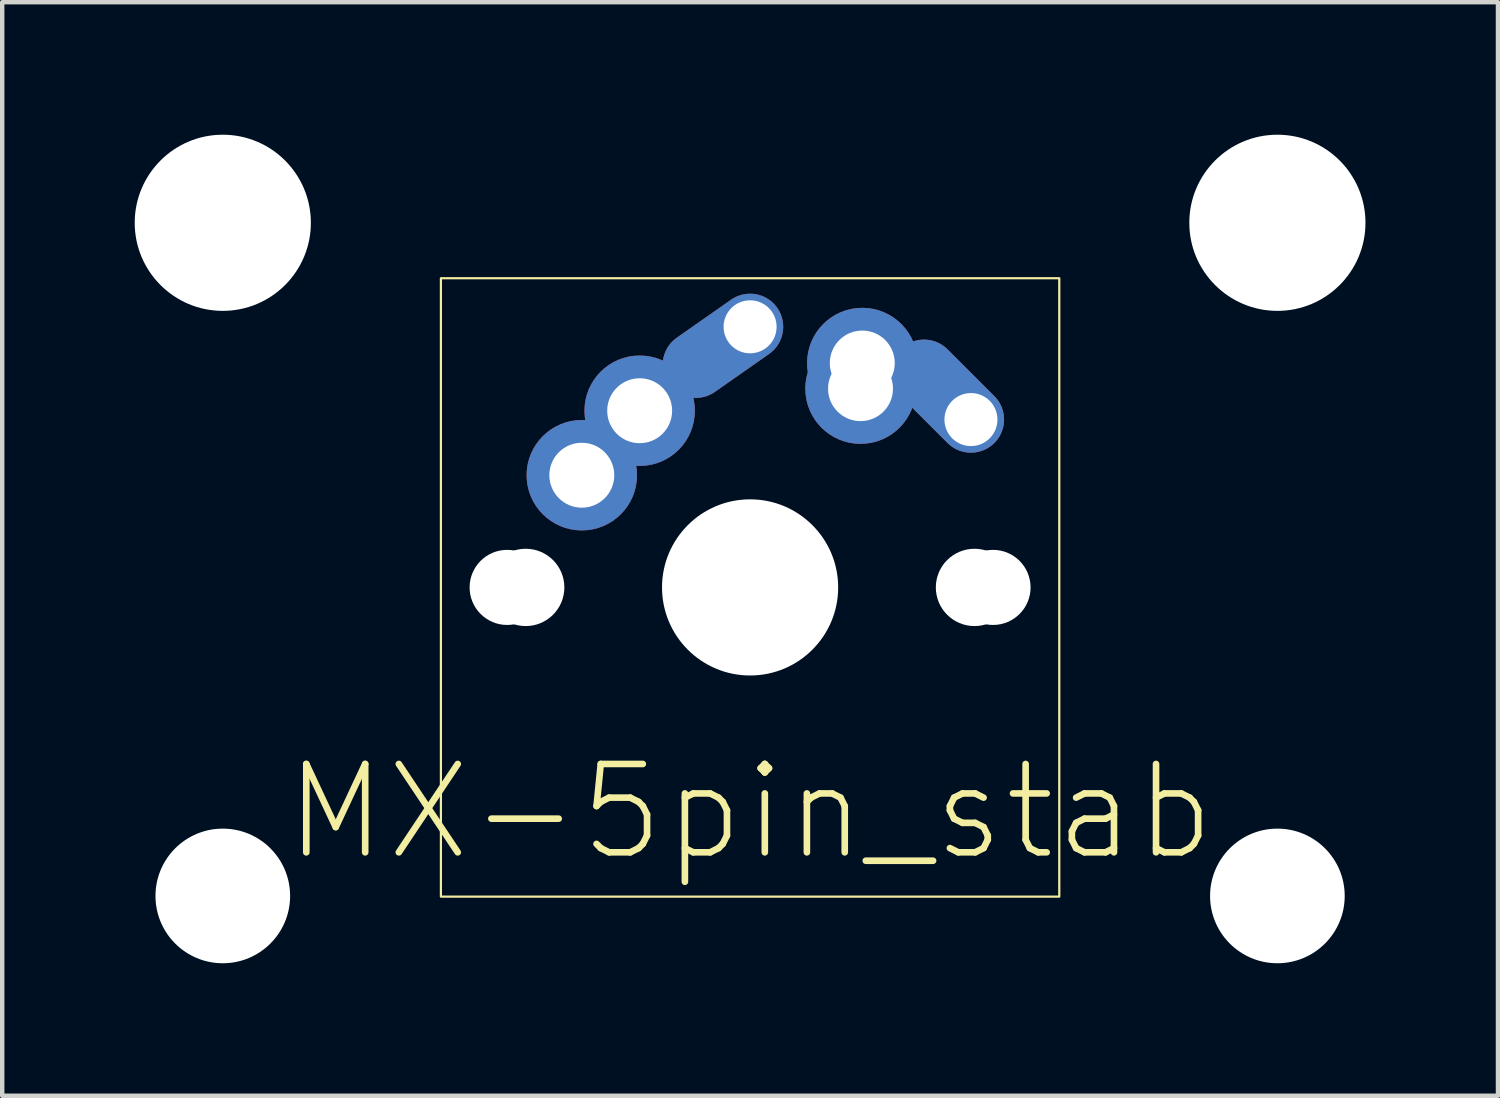
<source format=kicad_pcb>
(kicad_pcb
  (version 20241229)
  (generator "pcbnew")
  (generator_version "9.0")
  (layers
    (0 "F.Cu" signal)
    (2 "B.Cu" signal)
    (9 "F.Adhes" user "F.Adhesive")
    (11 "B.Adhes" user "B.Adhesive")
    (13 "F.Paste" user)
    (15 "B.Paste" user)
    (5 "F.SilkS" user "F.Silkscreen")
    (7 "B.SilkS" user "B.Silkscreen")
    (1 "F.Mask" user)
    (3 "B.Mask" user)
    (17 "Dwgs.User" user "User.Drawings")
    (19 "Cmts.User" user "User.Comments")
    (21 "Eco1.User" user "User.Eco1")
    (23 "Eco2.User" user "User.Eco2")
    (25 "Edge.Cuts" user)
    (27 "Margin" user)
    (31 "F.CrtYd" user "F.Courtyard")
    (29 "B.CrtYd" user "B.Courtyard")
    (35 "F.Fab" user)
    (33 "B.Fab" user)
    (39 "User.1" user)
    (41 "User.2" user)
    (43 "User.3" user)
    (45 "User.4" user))
  (footprint "MX-5pin_stab"
    (layer "F.Cu")
    (at 13.932 10.249)
    (property "Reference" "MX-5pin_stab" (at 0 5.08 0) (unlocked yes) (layer "F.SilkS") (effects (font (size 2 2) (thickness 0.15))))
    (attr through_hole)
    (fp_rect (start -7 -7) (end 7 7) (stroke (width 0.05) (type solid)) (fill no) (layer "F.SilkS"))
    (pad "" np_thru_hole circle (at -11.938 -8.255 180) (size 3.988 3.988) (drill 3.988) (layers "*.Cu" "*.Mask"))
    (pad "" np_thru_hole circle (at -11.938 6.985 180) (size 3.048 3.048) (drill 3.048) (layers "*.Cu" "*.Mask"))
    (pad "" np_thru_hole circle (at -5.5 0 48.1) (size 1.7 1.7) (drill 1.7) (layers "*.Cu" "*.Mask"))
    (pad "" np_thru_hole circle (at -5.08 0 48.1) (size 1.75 1.75) (drill 1.75) (layers "*.Cu" "*.Mask"))
    (pad "" np_thru_hole circle (at 0 0) (size 3.988 3.988) (drill 3.988) (layers "*.Cu" "*.Mask"))
    (pad "" np_thru_hole circle (at 5.08 0 48.1) (size 1.75 1.75) (drill 1.75) (layers "*.Cu" "*.Mask"))
    (pad "" np_thru_hole circle (at 5.5 0 48.1) (size 1.7 1.7) (drill 1.7) (layers "*.Cu" "*.Mask"))
    (pad "" np_thru_hole circle (at 11.938 -8.255 180) (size 3.988 3.988) (drill 3.988) (layers "*.Cu" "*.Mask"))
    (pad "" np_thru_hole circle (at 11.938 6.985 180) (size 3.048 3.048) (drill 3.048) (layers "*.Cu" "*.Mask"))
    (pad "1" thru_hole circle (at -3.81 -2.54) (size 2.5 2.5) (drill 1.47) (layers "*.Cu" "*.Mask"))
    (pad "1" thru_hole circle (at -2.5 -4) (size 2.5 2.5) (drill 1.47) (layers "*.Cu" "*.Mask"))
    (pad "1" thru_hole oval (at 0 -5.9 35) (size 3 1.5) (drill 1.2 (offset -0.75 0)) (layers "*.Cu" "*.Mask"))
    (pad "2" thru_hole circle (at 2.5 -4.5) (size 2.5 2.5) (drill 1.47) (layers "*.Cu" "*.Mask"))
    (pad "2" thru_hole circle (at 2.54 -5.08) (size 2.5 2.5) (drill 1.47) (layers "*.Cu" "*.Mask"))
    (pad "2" thru_hole oval (at 5 -3.8 315) (size 3 1.5) (drill 1.2 (offset -0.75 0)) (layers "*.Cu" "*.Mask")))
  (gr_rect
    (start -3 -3)
    (end 30.864 21.758)
    (stroke (width 0.1) (type default))
    (fill no)
    (layer "Edge.Cuts")))
</source>
